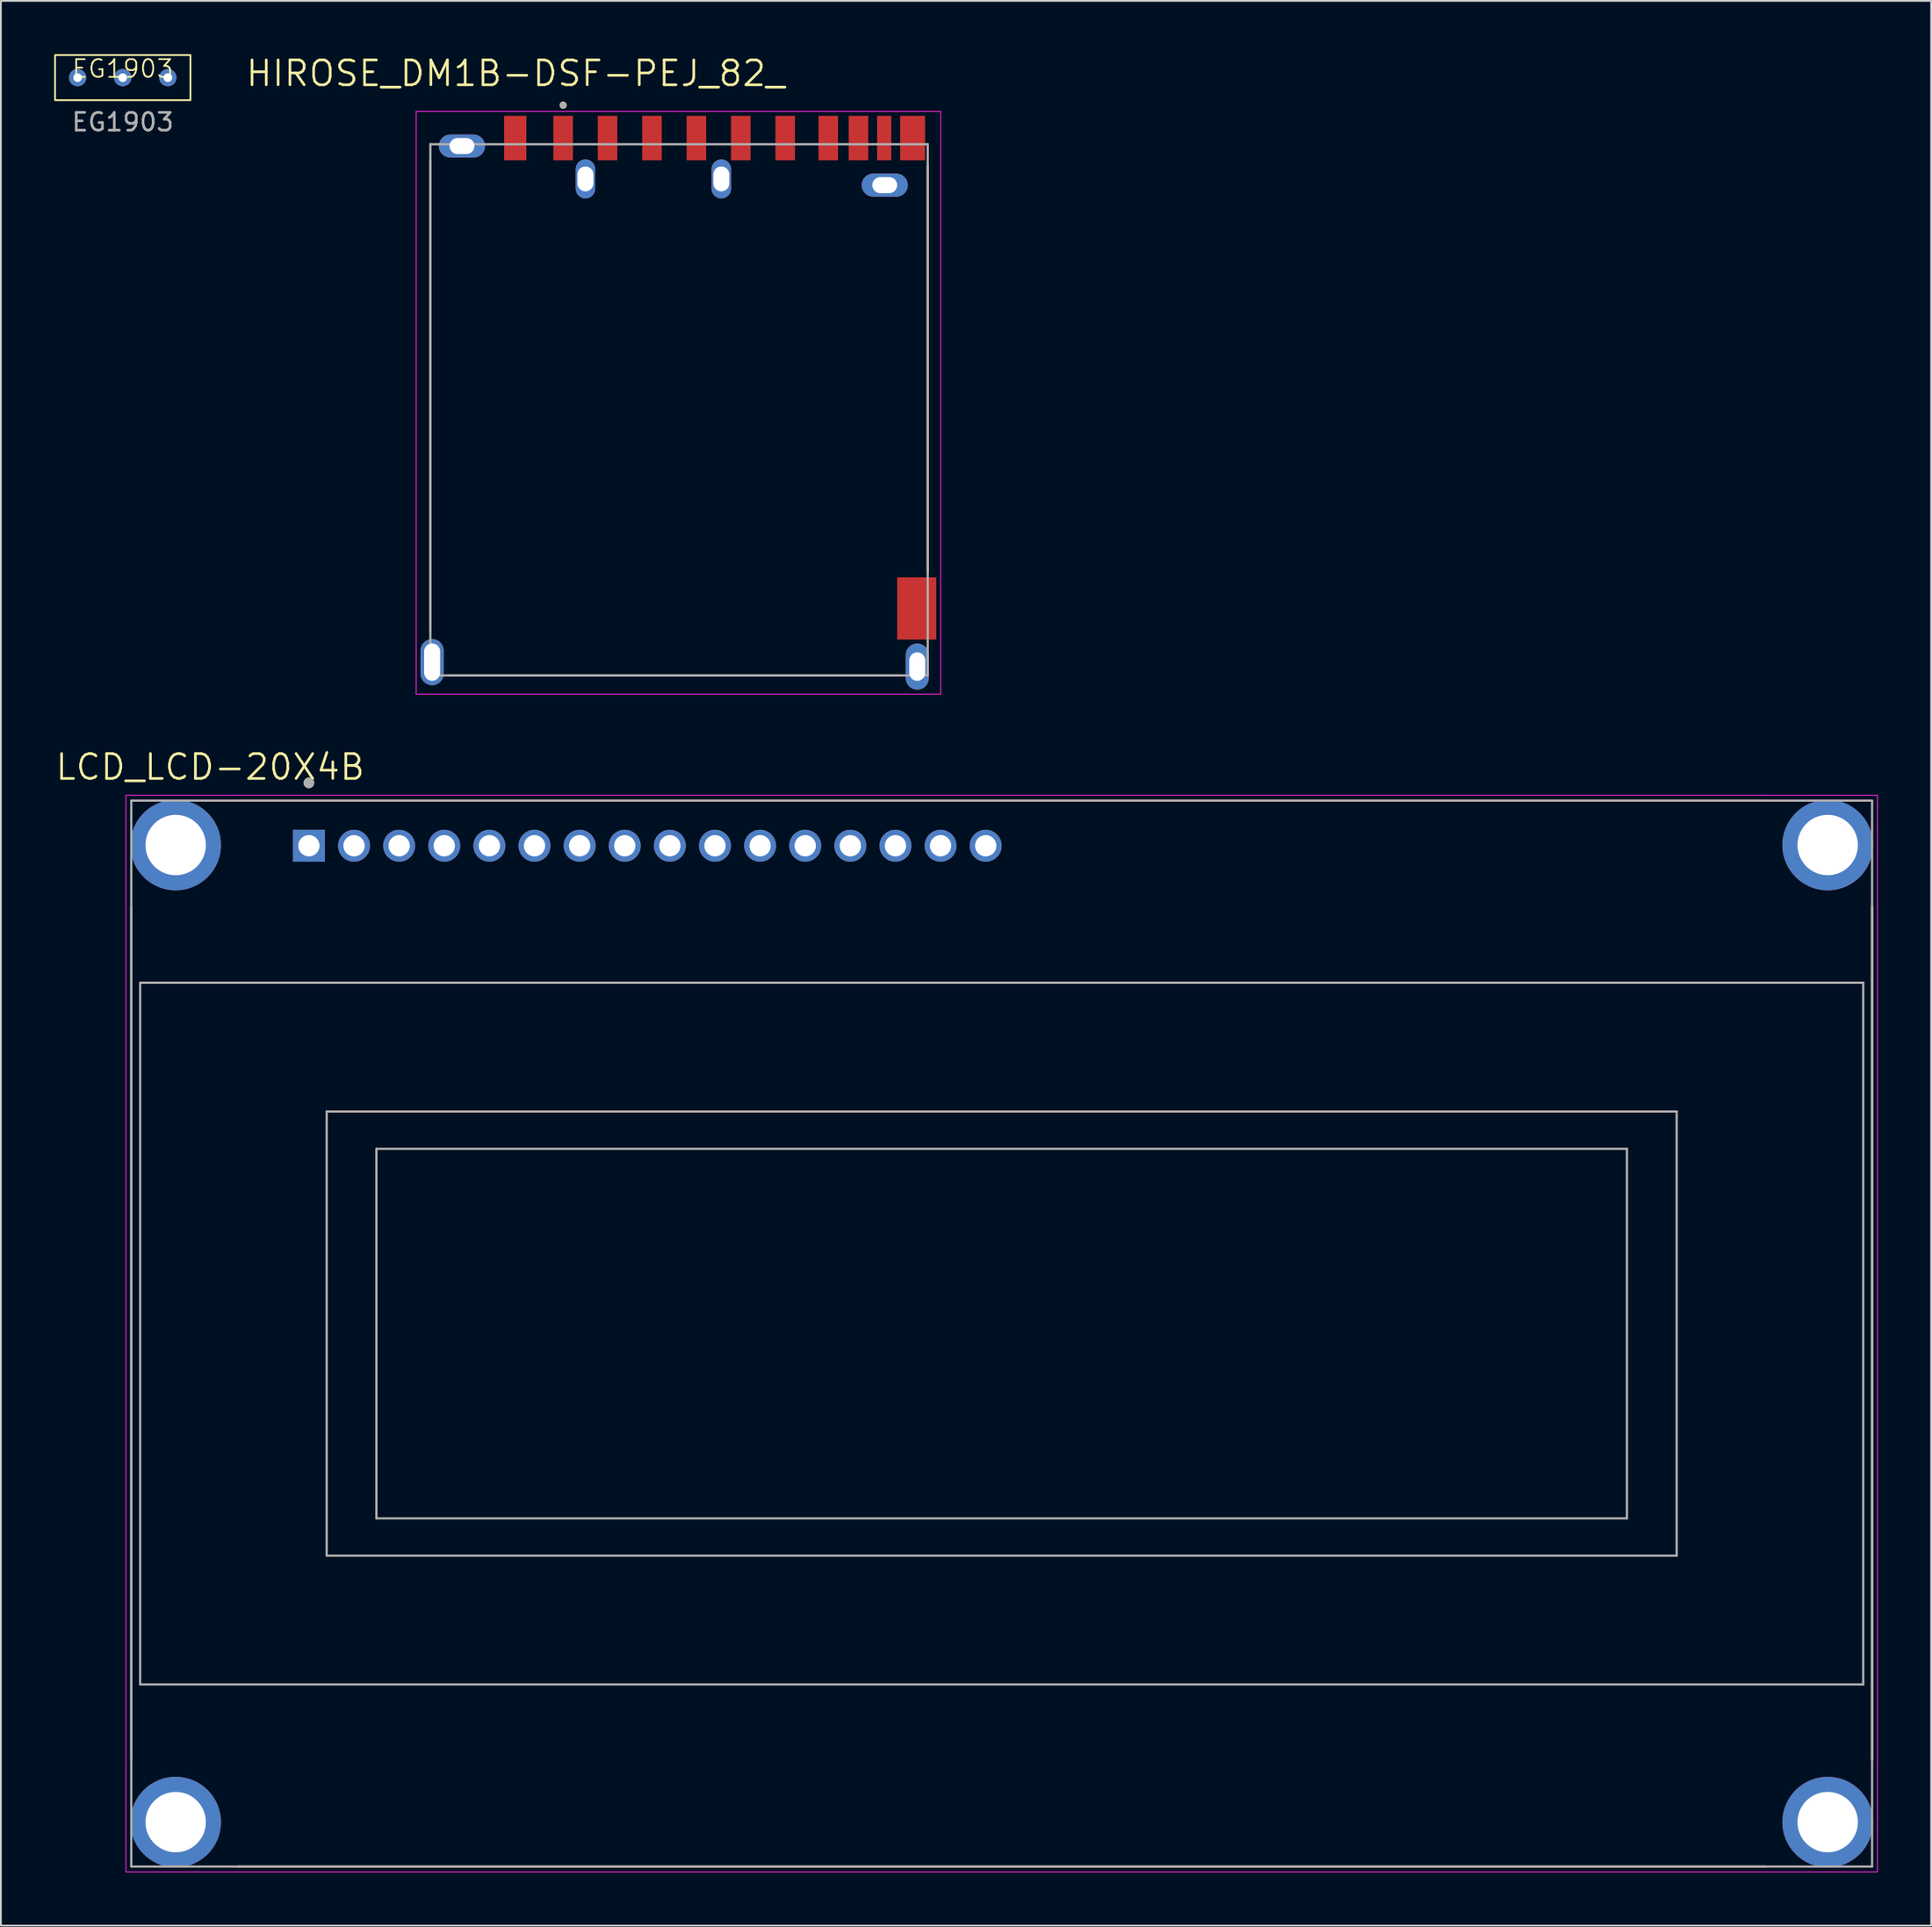
<source format=kicad_pcb>
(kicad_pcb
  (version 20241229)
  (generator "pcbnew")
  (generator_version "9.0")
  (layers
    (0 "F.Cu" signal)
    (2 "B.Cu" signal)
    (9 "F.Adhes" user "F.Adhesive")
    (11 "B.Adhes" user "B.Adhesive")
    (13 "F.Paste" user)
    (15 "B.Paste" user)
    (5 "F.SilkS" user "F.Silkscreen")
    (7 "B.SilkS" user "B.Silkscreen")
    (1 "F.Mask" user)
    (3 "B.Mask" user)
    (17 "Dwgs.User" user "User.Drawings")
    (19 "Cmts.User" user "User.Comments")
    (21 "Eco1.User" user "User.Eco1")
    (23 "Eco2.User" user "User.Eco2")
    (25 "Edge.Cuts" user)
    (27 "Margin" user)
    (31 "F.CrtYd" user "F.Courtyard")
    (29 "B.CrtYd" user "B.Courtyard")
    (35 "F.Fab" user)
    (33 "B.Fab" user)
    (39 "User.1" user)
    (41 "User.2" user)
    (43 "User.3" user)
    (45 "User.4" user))
  (footprint "HIROSE_DM1B-DSF-PEJ_82_"
    (layer "F.Cu")
    (at 35.527 5.971)
    (property "Reference" "HIROSE_DM1B-DSF-PEJ_82_" (at -9.555 -4.889 0) (layer "F.SilkS") (effects (font (size 1.4 1.4) (thickness 0.15))))
    (attr smd)
    (fp_line (start -14.35 0) (end -14.35 26.5) (stroke (width 0.127) (type solid)) (layer "F.SilkS"))
    (fp_line (start -13.28 29) (end 12.09 29) (stroke (width 0.127) (type solid)) (layer "F.SilkS"))
    (fp_line (start 13.65 23.16) (end 13.65 0.32) (stroke (width 0.127) (type solid)) (layer "F.SilkS"))
    (fp_circle (center -6.875 -3.1) (end -6.775 -3.1) (stroke (width 0.2) (type solid)) (fill no) (layer "F.SilkS"))
    (fp_line (start -15.15 -2.75) (end 14.38 -2.75) (stroke (width 0.05) (type solid)) (layer "F.CrtYd"))
    (fp_line (start -15.15 30.05) (end -15.15 -2.75) (stroke (width 0.05) (type solid)) (layer "F.CrtYd"))
    (fp_line (start 14.38 -2.75) (end 14.38 30.05) (stroke (width 0.05) (type solid)) (layer "F.CrtYd"))
    (fp_line (start 14.38 30.05) (end -15.15 30.05) (stroke (width 0.05) (type solid)) (layer "F.CrtYd"))
    (fp_line (start -14.35 -0.9) (end -14.35 29) (stroke (width 0.127) (type solid)) (layer "F.Fab"))
    (fp_line (start -14.35 29) (end 13.65 29) (stroke (width 0.127) (type solid)) (layer "F.Fab"))
    (fp_line (start 13.65 -0.9) (end -14.35 -0.9) (stroke (width 0.127) (type solid)) (layer "F.Fab"))
    (fp_line (start 13.65 29) (end 13.65 -0.9) (stroke (width 0.127) (type solid)) (layer "F.Fab"))
    (fp_circle (center -6.875 -3.1) (end -6.775 -3.1) (stroke (width 0.2) (type solid)) (fill no) (layer "F.Fab"))
    (pad "1" smd rect (at -6.875 -1.25) (size 1.1 2.5) (layers "F.Cu" "F.Mask" "F.Paste"))
    (pad "2" smd rect (at -4.375 -1.25) (size 1.1 2.5) (layers "F.Cu" "F.Mask" "F.Paste"))
    (pad "3" smd rect (at -1.875 -1.25) (size 1.1 2.5) (layers "F.Cu" "F.Mask" "F.Paste"))
    (pad "4" smd rect (at 0.625 -1.25) (size 1.1 2.5) (layers "F.Cu" "F.Mask" "F.Paste"))
    (pad "5" smd rect (at 3.125 -1.25) (size 1.1 2.5) (layers "F.Cu" "F.Mask" "F.Paste"))
    (pad "6" smd rect (at 5.625 -1.25) (size 1.1 2.5) (layers "F.Cu" "F.Mask" "F.Paste"))
    (pad "7" smd rect (at 8.05 -1.25) (size 1.1 2.5) (layers "F.Cu" "F.Mask" "F.Paste"))
    (pad "8" smd rect (at 9.75 -1.25) (size 1.1 2.5) (layers "F.Cu" "F.Mask" "F.Paste"))
    (pad "9" smd rect (at -9.57 -1.25) (size 1.25 2.5) (layers "F.Cu" "F.Mask" "F.Paste"))
    (pad "10" smd rect (at 11.2 -1.25) (size 0.8 2.5) (layers "F.Cu" "F.Mask" "F.Paste"))
    (pad "11" smd rect (at 12.8 -1.25) (size 1.4 2.5) (layers "F.Cu" "F.Mask" "F.Paste"))
    (pad "12" smd rect (at 13.03 25.23) (size 2.2 3.5) (layers "F.Cu" "F.Mask" "F.Paste"))
    (pad "S1" thru_hole oval (at -12.57 -0.8) (size 2.6 1.3) (drill oval 1.4 0.9) (layers "*.Cu" "*.Mask"))
    (pad "S2" thru_hole oval (at -5.62 1.05) (size 1.1 2.2) (drill oval 0.9 1.4) (layers "*.Cu" "*.Mask"))
    (pad "S3" thru_hole oval (at 2.03 1.05) (size 1.1 2.2) (drill oval 0.9 1.4) (layers "*.Cu" "*.Mask"))
    (pad "S4" thru_hole oval (at 11.23 1.4) (size 2.6 1.3) (drill oval 1.4 0.9) (layers "*.Cu" "*.Mask"))
    (pad "S5" thru_hole oval (at -14.25 28.25) (size 1.3 2.6) (drill oval 0.9 2.1) (layers "*.Cu" "*.Mask"))
    (pad "S6" thru_hole oval (at 13.06 28.5) (size 1.3 2.6) (drill oval 0.9 1.6) (layers "*.Cu" "*.Mask")))
  (footprint "EG1903"
    (layer "F.Cu")
    (at 3.86 1.32)
    (property "Reference" "EG1903" (at 0 -0.5 0) (unlocked yes) (layer "F.SilkS") (effects (font (size 1 1) (thickness 0.1))))
    (attr through_hole)
    (fp_rect (start -3.81 -1.27) (end 3.81 1.27) (stroke (width 0.1) (type default)) (fill no) (layer "F.SilkS"))
    (fp_text user "${REFERENCE}" (at 0 2.5 0) (unlocked yes) (layer "F.Fab") (effects (font (size 1 1) (thickness 0.15))))
    (pad "1" thru_hole circle (at -2.54 0) (size 0.975 0.975) (drill 0.487) (layers "*.Cu" "*.Mask"))
    (pad "2" thru_hole circle (at 0 0) (size 0.975 0.975) (drill 0.487) (layers "*.Cu" "*.Mask"))
    (pad "3" thru_hole circle (at 2.54 0) (size 0.975 0.975) (drill 0.487) (layers "*.Cu" "*.Mask")))
  (footprint "LCD_LCD-20X4B"
    (layer "F.Cu")
    (at 53.34 72.017)
    (property "Reference" "LCD_LCD-20X4B" (at -44.555 -31.889 0) (layer "F.SilkS") (effects (font (size 1.4 1.4) (thickness 0.15))))
    (attr through_hole)
    (fp_line (start -49 24) (end -49 -24) (stroke (width 0.127) (type solid)) (layer "F.SilkS"))
    (fp_line (start -43 -30) (end 43 -30) (stroke (width 0.127) (type solid)) (layer "F.SilkS"))
    (fp_line (start 43 30) (end -43 30) (stroke (width 0.127) (type solid)) (layer "F.SilkS"))
    (fp_line (start 49 -24) (end 49 24) (stroke (width 0.127) (type solid)) (layer "F.SilkS"))
    (fp_circle (center -39 -31) (end -38.85 -31) (stroke (width 0.3) (type solid)) (fill no) (layer "F.SilkS"))
    (fp_line (start -49.3 -30.3) (end 49.3 -30.3) (stroke (width 0.05) (type solid)) (layer "F.CrtYd"))
    (fp_line (start -49.3 30.3) (end -49.3 -30.3) (stroke (width 0.05) (type solid)) (layer "F.CrtYd"))
    (fp_line (start 49.3 -30.3) (end 49.3 30.3) (stroke (width 0.05) (type solid)) (layer "F.CrtYd"))
    (fp_line (start 49.3 30.3) (end -49.3 30.3) (stroke (width 0.05) (type solid)) (layer "F.CrtYd"))
    (fp_line (start -49 -30) (end 49 -30) (stroke (width 0.127) (type solid)) (layer "F.Fab"))
    (fp_line (start -49 30) (end -49 -30) (stroke (width 0.127) (type solid)) (layer "F.Fab"))
    (fp_line (start -48.5 -19.75) (end -48.5 19.75) (stroke (width 0.127) (type solid)) (layer "F.Fab"))
    (fp_line (start -48.5 19.75) (end 48.5 19.75) (stroke (width 0.127) (type solid)) (layer "F.Fab"))
    (fp_line (start -38 -12.5) (end 38 -12.5) (stroke (width 0.127) (type solid)) (layer "F.Fab"))
    (fp_line (start -38 12.5) (end -38 -12.5) (stroke (width 0.127) (type solid)) (layer "F.Fab"))
    (fp_line (start -35.2 -10.4) (end -35.2 10.4) (stroke (width 0.127) (type solid)) (layer "F.Fab"))
    (fp_line (start -35.2 10.4) (end 35.2 10.4) (stroke (width 0.127) (type solid)) (layer "F.Fab"))
    (fp_line (start 35.2 -10.4) (end -35.2 -10.4) (stroke (width 0.127) (type solid)) (layer "F.Fab"))
    (fp_line (start 35.2 10.4) (end 35.2 -10.4) (stroke (width 0.127) (type solid)) (layer "F.Fab"))
    (fp_line (start 38 -12.5) (end 38 12.5) (stroke (width 0.127) (type solid)) (layer "F.Fab"))
    (fp_line (start 38 12.5) (end -38 12.5) (stroke (width 0.127) (type solid)) (layer "F.Fab"))
    (fp_line (start 48.5 -19.75) (end -48.5 -19.75) (stroke (width 0.127) (type solid)) (layer "F.Fab"))
    (fp_line (start 48.5 19.75) (end 48.5 -19.75) (stroke (width 0.127) (type solid)) (layer "F.Fab"))
    (fp_line (start 49 -30) (end 49 30) (stroke (width 0.127) (type solid)) (layer "F.Fab"))
    (fp_line (start 49 30) (end -49 30) (stroke (width 0.127) (type solid)) (layer "F.Fab"))
    (fp_circle (center -39 -31) (end -38.85 -31) (stroke (width 0.3) (type solid)) (fill no) (layer "F.Fab"))
    (pad "1" thru_hole rect (at -39 -27.46) (size 1.8 1.8) (drill 1.2) (layers "*.Cu" "*.Mask"))
    (pad "2" thru_hole circle (at -36.46 -27.46) (size 1.8 1.8) (drill 1.2) (layers "*.Cu" "*.Mask"))
    (pad "3" thru_hole circle (at -33.92 -27.46) (size 1.8 1.8) (drill 1.2) (layers "*.Cu" "*.Mask"))
    (pad "4" thru_hole circle (at -31.38 -27.46) (size 1.8 1.8) (drill 1.2) (layers "*.Cu" "*.Mask"))
    (pad "5" thru_hole circle (at -28.84 -27.46) (size 1.8 1.8) (drill 1.2) (layers "*.Cu" "*.Mask"))
    (pad "6" thru_hole circle (at -26.3 -27.46) (size 1.8 1.8) (drill 1.2) (layers "*.Cu" "*.Mask"))
    (pad "7" thru_hole circle (at -23.76 -27.46) (size 1.8 1.8) (drill 1.2) (layers "*.Cu" "*.Mask"))
    (pad "8" thru_hole circle (at -21.22 -27.46) (size 1.8 1.8) (drill 1.2) (layers "*.Cu" "*.Mask"))
    (pad "9" thru_hole circle (at -18.68 -27.46) (size 1.8 1.8) (drill 1.2) (layers "*.Cu" "*.Mask"))
    (pad "10" thru_hole circle (at -16.14 -27.46) (size 1.8 1.8) (drill 1.2) (layers "*.Cu" "*.Mask"))
    (pad "11" thru_hole circle (at -13.6 -27.46) (size 1.8 1.8) (drill 1.2) (layers "*.Cu" "*.Mask"))
    (pad "12" thru_hole circle (at -11.06 -27.46) (size 1.8 1.8) (drill 1.2) (layers "*.Cu" "*.Mask"))
    (pad "13" thru_hole circle (at -8.52 -27.46) (size 1.8 1.8) (drill 1.2) (layers "*.Cu" "*.Mask"))
    (pad "14" thru_hole circle (at -5.98 -27.46) (size 1.8 1.8) (drill 1.2) (layers "*.Cu" "*.Mask"))
    (pad "15" thru_hole circle (at -3.44 -27.46) (size 1.8 1.8) (drill 1.2) (layers "*.Cu" "*.Mask"))
    (pad "16" thru_hole circle (at -0.9 -27.46) (size 1.8 1.8) (drill 1.2) (layers "*.Cu" "*.Mask"))
    (pad "S1" thru_hole circle (at -46.5 -27.5) (size 5.1 5.1) (drill 3.4) (layers "*.Cu" "*.Mask"))
    (pad "S2" thru_hole circle (at 46.5 -27.5) (size 5.1 5.1) (drill 3.4) (layers "*.Cu" "*.Mask"))
    (pad "S3" thru_hole circle (at -46.5 27.5) (size 5.1 5.1) (drill 3.4) (layers "*.Cu" "*.Mask"))
    (pad "S4" thru_hole circle (at 46.5 27.5) (size 5.1 5.1) (drill 3.4) (layers "*.Cu" "*.Mask")))
  (gr_rect
    (start -3 -3)
    (end 105.665 105.343)
    (stroke (width 0.1) (type default))
    (fill no)
    (layer "Edge.Cuts")))
</source>
